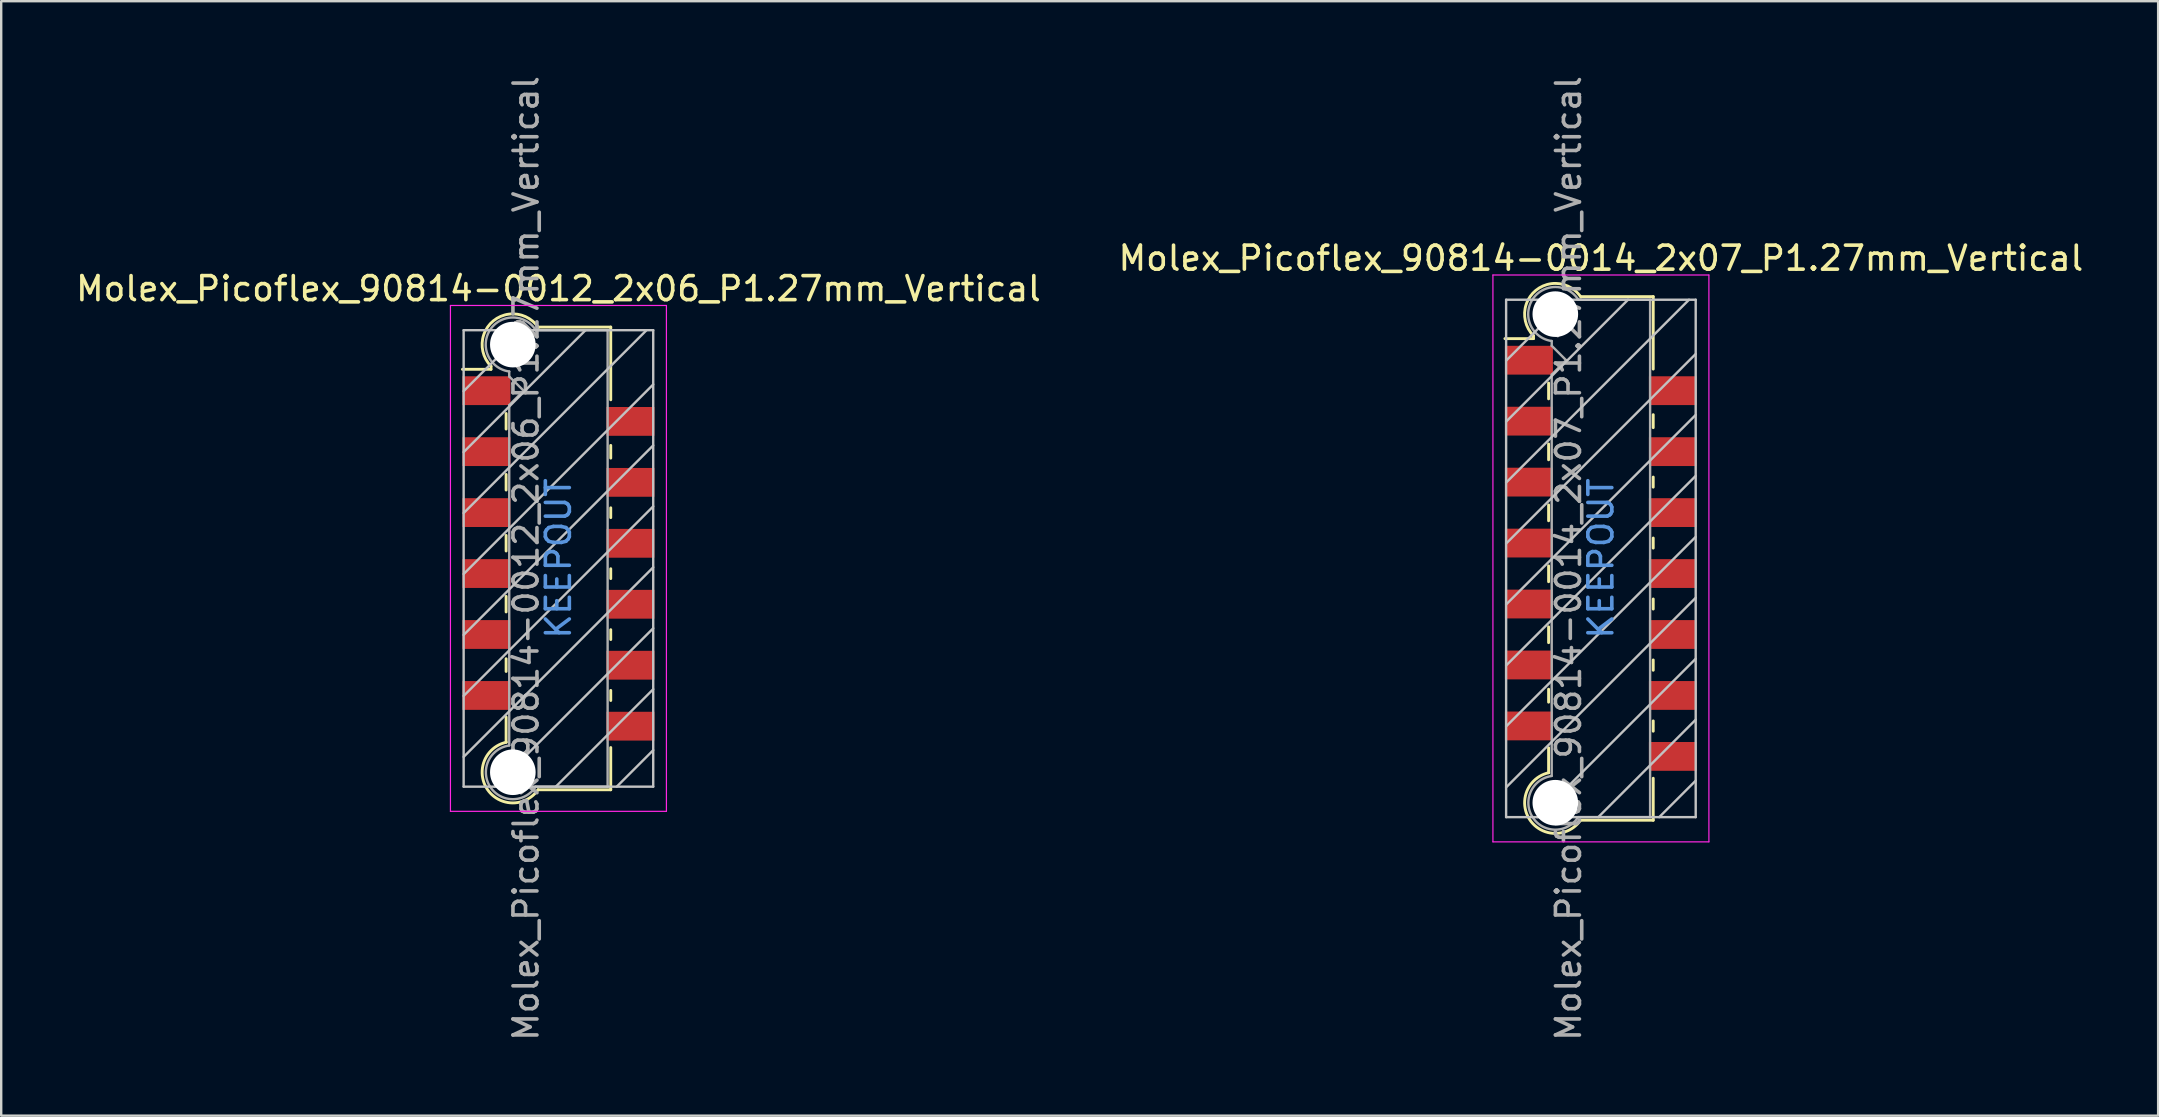
<source format=kicad_pcb>
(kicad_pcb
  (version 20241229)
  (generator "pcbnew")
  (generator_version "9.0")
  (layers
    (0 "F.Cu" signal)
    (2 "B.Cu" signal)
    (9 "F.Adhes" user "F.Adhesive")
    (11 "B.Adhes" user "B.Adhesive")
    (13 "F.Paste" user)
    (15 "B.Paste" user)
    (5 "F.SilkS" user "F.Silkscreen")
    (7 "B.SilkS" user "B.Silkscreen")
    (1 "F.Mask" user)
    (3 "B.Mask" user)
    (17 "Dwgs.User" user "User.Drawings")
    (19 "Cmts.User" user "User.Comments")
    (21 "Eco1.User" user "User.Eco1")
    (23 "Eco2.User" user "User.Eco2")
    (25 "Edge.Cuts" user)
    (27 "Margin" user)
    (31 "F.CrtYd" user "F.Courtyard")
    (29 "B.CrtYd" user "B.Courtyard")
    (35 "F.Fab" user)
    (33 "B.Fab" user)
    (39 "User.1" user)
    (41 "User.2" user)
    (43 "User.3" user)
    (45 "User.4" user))
  (footprint "Molex_Picoflex_90814-0012_2x06_P1.27mm_Vertical"
    (layer "F.Cu")
    (at 20.22 20.22)
    (property "Reference" "Molex_Picoflex_90814-0012_2x06_P1.27mm_Vertical" (at 0 -11.24 0) (layer "F.SilkS") (effects (font (size 1 1) (thickness 0.15))))
    (attr smd)
    (fp_line (start -2.81 -8.01) (end -2.81 -7.88) (stroke (width 0.12) (type solid)) (layer "F.SilkS"))
    (fp_line (start -2.81 -7.88) (end -4 -7.88) (stroke (width 0.12) (type solid)) (layer "F.SilkS"))
    (fp_line (start -2.18 -5.39) (end -2.18 -6.04) (stroke (width 0.12) (type solid)) (layer "F.SilkS"))
    (fp_line (start -2.18 -2.85) (end -2.18 -3.5) (stroke (width 0.12) (type solid)) (layer "F.SilkS"))
    (fp_line (start -2.18 -0.31) (end -2.18 -0.96) (stroke (width 0.12) (type solid)) (layer "F.SilkS"))
    (fp_line (start -2.18 2.23) (end -2.18 1.58) (stroke (width 0.12) (type solid)) (layer "F.SilkS"))
    (fp_line (start -2.18 4.71) (end -2.18 4.18) (stroke (width 0.12) (type solid)) (layer "F.SilkS"))
    (fp_line (start -2.18 7.66) (end -2.18 6.61) (stroke (width 0.12) (type solid)) (layer "F.SilkS"))
    (fp_line (start 2.18 -9.64) (end -0.82 -9.64) (stroke (width 0.12) (type solid)) (layer "F.SilkS"))
    (fp_line (start 2.18 -9.64) (end 2.18 -6.61) (stroke (width 0.12) (type solid)) (layer "F.SilkS"))
    (fp_line (start 2.18 -4.71) (end 2.18 -4.18) (stroke (width 0.12) (type solid)) (layer "F.SilkS"))
    (fp_line (start 2.18 -2.11) (end 2.18 -1.7) (stroke (width 0.12) (type solid)) (layer "F.SilkS"))
    (fp_line (start 2.18 0.43) (end 2.18 0.84) (stroke (width 0.12) (type solid)) (layer "F.SilkS"))
    (fp_line (start 2.18 2.97) (end 2.18 3.38) (stroke (width 0.12) (type solid)) (layer "F.SilkS"))
    (fp_line (start 2.18 5.5) (end 2.18 5.92) (stroke (width 0.12) (type solid)) (layer "F.SilkS"))
    (fp_line (start 2.18 7.88) (end 2.18 9.64) (stroke (width 0.12) (type solid)) (layer "F.SilkS"))
    (fp_line (start 2.18 9.64) (end -0.85 9.64) (stroke (width 0.12) (type solid)) (layer "F.SilkS"))
    (fp_arc (start -2.81 -8.01) (mid -2.708637 -9.902072) (end -0.834991 -9.619828) (stroke (width 0.12) (type solid)) (layer "F.SilkS"))
    (fp_arc (start -0.85 9.64) (mid -2.962791 9.621248) (end -2.174424 7.660964) (stroke (width 0.12) (type solid)) (layer "F.SilkS"))
    (fp_line (start -3.95 -9.51) (end -3.95 9.51) (stroke (width 0.1) (type solid)) (layer "Dwgs.User"))
    (fp_line (start -3.95 -6.97) (end -1.41 -9.51) (stroke (width 0.1) (type solid)) (layer "Dwgs.User"))
    (fp_line (start -3.95 -4.43) (end 1.13 -9.51) (stroke (width 0.1) (type solid)) (layer "Dwgs.User"))
    (fp_line (start -3.95 -1.89) (end 3.67 -9.51) (stroke (width 0.1) (type solid)) (layer "Dwgs.User"))
    (fp_line (start -3.95 0.65) (end 3.95 -7.25) (stroke (width 0.1) (type solid)) (layer "Dwgs.User"))
    (fp_line (start -3.95 3.19) (end 3.95 -4.71) (stroke (width 0.1) (type solid)) (layer "Dwgs.User"))
    (fp_line (start -3.95 5.73) (end 3.95 -2.17) (stroke (width 0.1) (type solid)) (layer "Dwgs.User"))
    (fp_line (start -3.95 8.27) (end 3.95 0.37) (stroke (width 0.1) (type solid)) (layer "Dwgs.User"))
    (fp_line (start -3.95 9.51) (end 3.95 9.51) (stroke (width 0.1) (type solid)) (layer "Dwgs.User"))
    (fp_line (start -2.65 9.51) (end 3.95 2.91) (stroke (width 0.1) (type solid)) (layer "Dwgs.User"))
    (fp_line (start -0.11 9.51) (end 3.95 5.45) (stroke (width 0.1) (type solid)) (layer "Dwgs.User"))
    (fp_line (start 2.43 9.51) (end 3.95 7.99) (stroke (width 0.1) (type solid)) (layer "Dwgs.User"))
    (fp_line (start 3.95 -9.51) (end -3.95 -9.51) (stroke (width 0.1) (type solid)) (layer "Dwgs.User"))
    (fp_line (start 3.95 9.51) (end 3.95 -9.51) (stroke (width 0.1) (type solid)) (layer "Dwgs.User"))
    (fp_line (start -4.5 -10.54) (end -4.5 10.54) (stroke (width 0.05) (type solid)) (layer "F.CrtYd"))
    (fp_line (start -4.5 10.54) (end 4.5 10.54) (stroke (width 0.05) (type solid)) (layer "F.CrtYd"))
    (fp_line (start 4.5 -10.54) (end -4.5 -10.54) (stroke (width 0.05) (type solid)) (layer "F.CrtYd"))
    (fp_line (start 4.5 10.54) (end 4.5 -10.54) (stroke (width 0.05) (type solid)) (layer "F.CrtYd"))
    (fp_line (start -2.05 -7.58) (end -2.05 -7.79) (stroke (width 0.1) (type solid)) (layer "F.Fab"))
    (fp_line (start -2.05 -6.39) (end -1.45 -6.99) (stroke (width 0.1) (type solid)) (layer "F.Fab"))
    (fp_line (start -2.05 7.79) (end -2.05 -6.39) (stroke (width 0.1) (type solid)) (layer "F.Fab"))
    (fp_line (start -1.45 -6.99) (end -2.05 -7.58) (stroke (width 0.1) (type solid)) (layer "F.Fab"))
    (fp_line (start 2.05 -9.51) (end -0.93 -9.51) (stroke (width 0.1) (type solid)) (layer "F.Fab"))
    (fp_line (start 2.05 -9.51) (end 2.05 9.51) (stroke (width 0.1) (type solid)) (layer "F.Fab"))
    (fp_line (start 2.05 9.51) (end -0.95 9.51) (stroke (width 0.1) (type solid)) (layer "F.Fab"))
    (fp_arc (start -2.05 -7.79) (mid -2.851672 -9.519279) (end -0.945612 -9.515015) (stroke (width 0.1) (type solid)) (layer "F.Fab"))
    (fp_arc (start -0.95 9.51) (mid -2.845272 9.517422) (end -2.051022 7.796585) (stroke (width 0.1) (type solid)) (layer "F.Fab"))
    (fp_text user "KEEPOUT" (at 0 0 90) (layer "Cmts.User") (effects (font (size 1 1) (thickness 0.15))))
    (fp_text user "${REFERENCE}" (at -1.35 0 90) (layer "F.Fab") (effects (font (size 1 1) (thickness 0.15))))
    (pad "" np_thru_hole circle (at -1.9 -8.91) (size 1.9 1.9) (drill 1.9) (layers "*.Cu" "*.Mask"))
    (pad "" np_thru_hole circle (at -1.9 8.91) (size 1.9 1.9) (drill 1.9) (layers "*.Cu" "*.Mask"))
    (pad "1" smd rect (at -3 -6.99) (size 2 1.2) (layers "F.Cu" "F.Mask" "F.Paste"))
    (pad "2" smd rect (at 3 -5.71) (size 2 1.2) (layers "F.Cu" "F.Mask" "F.Paste"))
    (pad "3" smd rect (at -3 -4.45) (size 2 1.2) (layers "F.Cu" "F.Mask" "F.Paste"))
    (pad "4" smd rect (at 3 -3.17) (size 2 1.2) (layers "F.Cu" "F.Mask" "F.Paste"))
    (pad "5" smd rect (at -3 -1.91) (size 2 1.2) (layers "F.Cu" "F.Mask" "F.Paste"))
    (pad "6" smd rect (at 3 -0.63) (size 2 1.2) (layers "F.Cu" "F.Mask" "F.Paste"))
    (pad "7" smd rect (at -3 0.63) (size 2 1.2) (layers "F.Cu" "F.Mask" "F.Paste"))
    (pad "8" smd rect (at 3 1.91) (size 2 1.2) (layers "F.Cu" "F.Mask" "F.Paste"))
    (pad "9" smd rect (at -3 3.17) (size 2 1.2) (layers "F.Cu" "F.Mask" "F.Paste"))
    (pad "10" smd rect (at 3 4.45) (size 2 1.2) (layers "F.Cu" "F.Mask" "F.Paste"))
    (pad "11" smd rect (at -3 5.71) (size 2 1.2) (layers "F.Cu" "F.Mask" "F.Paste"))
    (pad "12" smd rect (at 3 6.99) (size 2 1.2) (layers "F.Cu" "F.Mask" "F.Paste")))
  (footprint "Molex_Picoflex_90814-0014_2x07_P1.27mm_Vertical"
    (layer "F.Cu")
    (at 63.661 20.22)
    (property "Reference" "Molex_Picoflex_90814-0014_2x07_P1.27mm_Vertical" (at 0 -12.51 0) (layer "F.SilkS") (effects (font (size 1 1) (thickness 0.15))))
    (attr smd)
    (fp_line (start -2.81 -9.28) (end -2.81 -9.16) (stroke (width 0.12) (type solid)) (layer "F.SilkS"))
    (fp_line (start -2.81 -9.16) (end -4 -9.16) (stroke (width 0.12) (type solid)) (layer "F.SilkS"))
    (fp_line (start -2.18 -6.65) (end -2.18 -7.31) (stroke (width 0.12) (type solid)) (layer "F.SilkS"))
    (fp_line (start -2.18 -4.11) (end -2.18 -4.77) (stroke (width 0.12) (type solid)) (layer "F.SilkS"))
    (fp_line (start -2.18 -1.57) (end -2.18 -2.23) (stroke (width 0.12) (type solid)) (layer "F.SilkS"))
    (fp_line (start -2.18 0.97) (end -2.18 0.31) (stroke (width 0.12) (type solid)) (layer "F.SilkS"))
    (fp_line (start -2.18 3.51) (end -2.18 2.85) (stroke (width 0.12) (type solid)) (layer "F.SilkS"))
    (fp_line (start -2.18 5.99) (end -2.18 5.45) (stroke (width 0.12) (type solid)) (layer "F.SilkS"))
    (fp_line (start -2.18 8.93) (end -2.18 7.89) (stroke (width 0.12) (type solid)) (layer "F.SilkS"))
    (fp_line (start 2.18 -10.91) (end -0.82 -10.91) (stroke (width 0.12) (type solid)) (layer "F.SilkS"))
    (fp_line (start 2.18 -10.91) (end 2.18 -7.89) (stroke (width 0.12) (type solid)) (layer "F.SilkS"))
    (fp_line (start 2.18 -5.99) (end 2.18 -5.45) (stroke (width 0.12) (type solid)) (layer "F.SilkS"))
    (fp_line (start 2.18 -3.39) (end 2.18 -2.97) (stroke (width 0.12) (type solid)) (layer "F.SilkS"))
    (fp_line (start 2.18 -0.85) (end 2.18 -0.43) (stroke (width 0.12) (type solid)) (layer "F.SilkS"))
    (fp_line (start 2.18 1.69) (end 2.18 2.11) (stroke (width 0.12) (type solid)) (layer "F.SilkS"))
    (fp_line (start 2.18 4.23) (end 2.18 4.66) (stroke (width 0.12) (type solid)) (layer "F.SilkS"))
    (fp_line (start 2.18 6.77) (end 2.18 7.2) (stroke (width 0.12) (type solid)) (layer "F.SilkS"))
    (fp_line (start 2.18 9.16) (end 2.18 10.91) (stroke (width 0.12) (type solid)) (layer "F.SilkS"))
    (fp_line (start 2.18 10.91) (end -0.85 10.91) (stroke (width 0.12) (type solid)) (layer "F.SilkS"))
    (fp_arc (start -2.81 -9.28) (mid -2.708637 -11.172072) (end -0.834991 -10.889828) (stroke (width 0.12) (type solid)) (layer "F.SilkS"))
    (fp_arc (start -0.85 10.91) (mid -2.962791 10.891248) (end -2.174424 8.930964) (stroke (width 0.12) (type solid)) (layer "F.SilkS"))
    (fp_line (start -3.95 -10.78) (end -3.95 10.78) (stroke (width 0.1) (type solid)) (layer "Dwgs.User"))
    (fp_line (start -3.95 -8.24) (end -1.41 -10.78) (stroke (width 0.1) (type solid)) (layer "Dwgs.User"))
    (fp_line (start -3.95 -5.7) (end 1.13 -10.78) (stroke (width 0.1) (type solid)) (layer "Dwgs.User"))
    (fp_line (start -3.95 -3.16) (end 3.67 -10.78) (stroke (width 0.1) (type solid)) (layer "Dwgs.User"))
    (fp_line (start -3.95 -0.62) (end 3.95 -8.52) (stroke (width 0.1) (type solid)) (layer "Dwgs.User"))
    (fp_line (start -3.95 1.92) (end 3.95 -5.98) (stroke (width 0.1) (type solid)) (layer "Dwgs.User"))
    (fp_line (start -3.95 4.46) (end 3.95 -3.44) (stroke (width 0.1) (type solid)) (layer "Dwgs.User"))
    (fp_line (start -3.95 7) (end 3.95 -0.9) (stroke (width 0.1) (type solid)) (layer "Dwgs.User"))
    (fp_line (start -3.95 9.54) (end 3.95 1.64) (stroke (width 0.1) (type solid)) (layer "Dwgs.User"))
    (fp_line (start -3.95 10.78) (end 3.95 10.78) (stroke (width 0.1) (type solid)) (layer "Dwgs.User"))
    (fp_line (start -2.65 10.78) (end 3.95 4.18) (stroke (width 0.1) (type solid)) (layer "Dwgs.User"))
    (fp_line (start -0.11 10.78) (end 3.95 6.72) (stroke (width 0.1) (type solid)) (layer "Dwgs.User"))
    (fp_line (start 2.43 10.78) (end 3.95 9.26) (stroke (width 0.1) (type solid)) (layer "Dwgs.User"))
    (fp_line (start 3.95 -10.78) (end -3.95 -10.78) (stroke (width 0.1) (type solid)) (layer "Dwgs.User"))
    (fp_line (start 3.95 10.78) (end 3.95 -10.78) (stroke (width 0.1) (type solid)) (layer "Dwgs.User"))
    (fp_line (start -4.5 -11.81) (end -4.5 11.81) (stroke (width 0.05) (type solid)) (layer "F.CrtYd"))
    (fp_line (start -4.5 11.81) (end 4.5 11.81) (stroke (width 0.05) (type solid)) (layer "F.CrtYd"))
    (fp_line (start 4.5 -11.81) (end -4.5 -11.81) (stroke (width 0.05) (type solid)) (layer "F.CrtYd"))
    (fp_line (start 4.5 11.81) (end 4.5 -11.81) (stroke (width 0.05) (type solid)) (layer "F.CrtYd"))
    (fp_line (start -2.05 -8.86) (end -2.05 -9.06) (stroke (width 0.1) (type solid)) (layer "F.Fab"))
    (fp_line (start -2.05 -7.66) (end -1.45 -8.26) (stroke (width 0.1) (type solid)) (layer "F.Fab"))
    (fp_line (start -2.05 9.06) (end -2.05 -7.66) (stroke (width 0.1) (type solid)) (layer "F.Fab"))
    (fp_line (start -1.45 -8.26) (end -2.05 -8.86) (stroke (width 0.1) (type solid)) (layer "F.Fab"))
    (fp_line (start 2.05 -10.78) (end -0.93 -10.78) (stroke (width 0.1) (type solid)) (layer "F.Fab"))
    (fp_line (start 2.05 -10.78) (end 2.05 10.78) (stroke (width 0.1) (type solid)) (layer "F.Fab"))
    (fp_line (start 2.05 10.78) (end -0.95 10.78) (stroke (width 0.1) (type solid)) (layer "F.Fab"))
    (fp_arc (start -2.05 -9.06) (mid -2.851672 -10.789279) (end -0.945612 -10.785015) (stroke (width 0.1) (type solid)) (layer "F.Fab"))
    (fp_arc (start -0.95 10.78) (mid -2.845272 10.787422) (end -2.051022 9.066585) (stroke (width 0.1) (type solid)) (layer "F.Fab"))
    (fp_text user "KEEPOUT" (at 0 0 90) (layer "Cmts.User") (effects (font (size 1 1) (thickness 0.15))))
    (fp_text user "${REFERENCE}" (at -1.35 0 90) (layer "F.Fab") (effects (font (size 1 1) (thickness 0.15))))
    (pad "" np_thru_hole circle (at -1.9 -10.18) (size 1.9 1.9) (drill 1.9) (layers "*.Cu" "*.Mask"))
    (pad "" np_thru_hole circle (at -1.9 10.18) (size 1.9 1.9) (drill 1.9) (layers "*.Cu" "*.Mask"))
    (pad "1" smd rect (at -3 -8.26) (size 2 1.2) (layers "F.Cu" "F.Mask" "F.Paste"))
    (pad "2" smd rect (at 3 -6.99) (size 2 1.2) (layers "F.Cu" "F.Mask" "F.Paste"))
    (pad "3" smd rect (at -3 -5.72) (size 2 1.2) (layers "F.Cu" "F.Mask" "F.Paste"))
    (pad "4" smd rect (at 3 -4.45) (size 2 1.2) (layers "F.Cu" "F.Mask" "F.Paste"))
    (pad "5" smd rect (at -3 -3.18) (size 2 1.2) (layers "F.Cu" "F.Mask" "F.Paste"))
    (pad "6" smd rect (at 3 -1.91) (size 2 1.2) (layers "F.Cu" "F.Mask" "F.Paste"))
    (pad "7" smd rect (at -3 -0.64) (size 2 1.2) (layers "F.Cu" "F.Mask" "F.Paste"))
    (pad "8" smd rect (at 3 0.63) (size 2 1.2) (layers "F.Cu" "F.Mask" "F.Paste"))
    (pad "9" smd rect (at -3 1.9) (size 2 1.2) (layers "F.Cu" "F.Mask" "F.Paste"))
    (pad "10" smd rect (at 3 3.17) (size 2 1.2) (layers "F.Cu" "F.Mask" "F.Paste"))
    (pad "11" smd rect (at -3 4.44) (size 2 1.2) (layers "F.Cu" "F.Mask" "F.Paste"))
    (pad "12" smd rect (at 3 5.71) (size 2 1.2) (layers "F.Cu" "F.Mask" "F.Paste"))
    (pad "13" smd rect (at -3 6.98) (size 2 1.2) (layers "F.Cu" "F.Mask" "F.Paste"))
    (pad "14" smd rect (at 3 8.25) (size 2 1.2) (layers "F.Cu" "F.Mask" "F.Paste")))
  (gr_rect
    (start -3 -3)
    (end 86.881 43.44)
    (stroke (width 0.1) (type default))
    (fill no)
    (layer "Edge.Cuts")))
</source>
